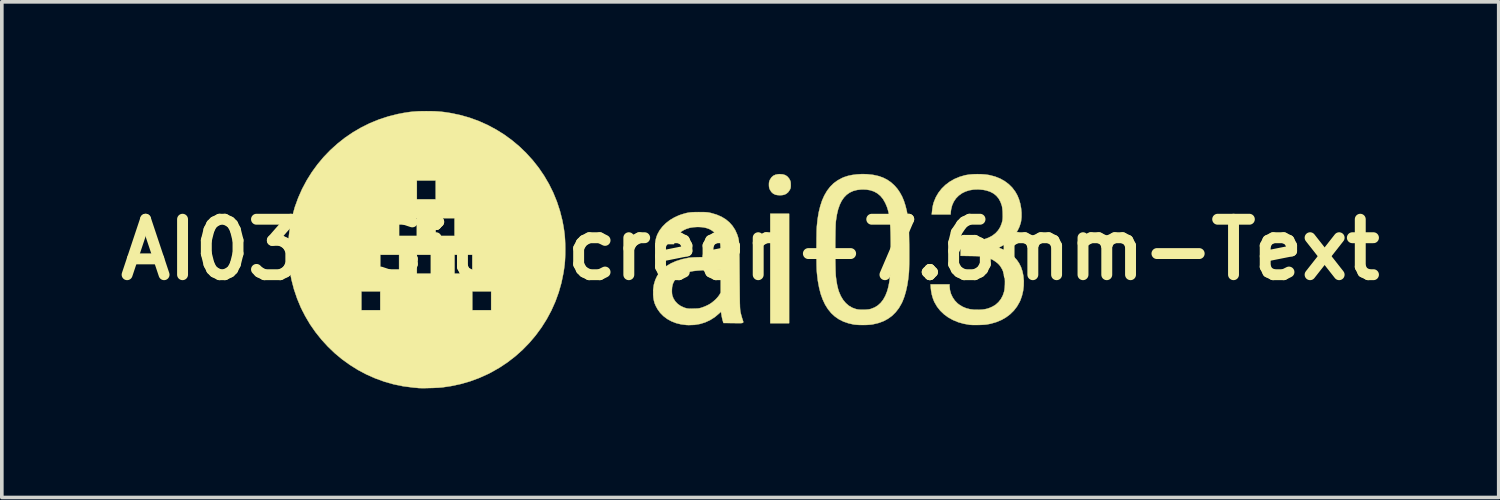
<source format=kicad_pcb>
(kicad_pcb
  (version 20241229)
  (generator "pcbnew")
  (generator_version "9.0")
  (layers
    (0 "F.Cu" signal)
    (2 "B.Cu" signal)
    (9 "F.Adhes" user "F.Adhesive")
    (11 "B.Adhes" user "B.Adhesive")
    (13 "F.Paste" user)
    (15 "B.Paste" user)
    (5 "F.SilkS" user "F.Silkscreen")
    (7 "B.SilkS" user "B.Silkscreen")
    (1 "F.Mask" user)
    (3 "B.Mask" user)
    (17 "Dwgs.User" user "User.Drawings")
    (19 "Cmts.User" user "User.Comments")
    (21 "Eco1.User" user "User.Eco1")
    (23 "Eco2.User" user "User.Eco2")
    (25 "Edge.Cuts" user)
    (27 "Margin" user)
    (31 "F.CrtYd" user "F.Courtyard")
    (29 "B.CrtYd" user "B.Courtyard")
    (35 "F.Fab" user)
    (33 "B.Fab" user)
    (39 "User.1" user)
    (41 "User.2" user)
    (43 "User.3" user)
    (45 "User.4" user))
  (footprint "AI03-Silkscreen-7.6mm-Text"
    (layer "F.Cu")
    (at 17.57 3.81)
    (property "Reference" "AI03-Silkscreen-7.6mm-Text" (at 0 0 0) (layer "F.SilkS") (effects (font (size 1.524 1.524) (thickness 0.3))))
    (attr through_hole)
    (fp_poly (pts (xy 1.067 2.022) (xy 0.549 2.022) (xy 0.549 -0.986) (xy 1.067 -0.986) (xy 1.067 2.022)) (stroke (width 0.01) (type solid)) (fill yes) (layer "F.SilkS"))
    (fp_poly (pts (xy 0.894 -2.068) (xy 0.962 -2.047) (xy 1.017 -2.011) (xy 1.062 -1.96) (xy 1.082 -1.926) (xy 1.098 -1.893) (xy 1.107 -1.864) (xy 1.111 -1.832) (xy 1.112 -1.789) (xy 1.113 -1.779) (xy 1.112 -1.733) (xy 1.108 -1.701) (xy 1.101 -1.674) (xy 1.087 -1.646) (xy 1.082 -1.637) (xy 1.039 -1.576) (xy 0.986 -1.533) (xy 0.93 -1.508) (xy 0.878 -1.498) (xy 0.815 -1.495) (xy 0.753 -1.498) (xy 0.698 -1.507) (xy 0.691 -1.509) (xy 0.63 -1.538) (xy 0.579 -1.585) (xy 0.542 -1.644) (xy 0.526 -1.679) (xy 0.518 -1.71) (xy 0.514 -1.747) (xy 0.513 -1.784) (xy 0.514 -1.829) (xy 0.519 -1.863) (xy 0.528 -1.893) (xy 0.544 -1.926) (xy 0.583 -1.986) (xy 0.633 -2.03) (xy 0.693 -2.058) (xy 0.767 -2.073) (xy 0.813 -2.074) (xy 0.894 -2.068)) (stroke (width 0.01) (type solid)) (fill yes) (layer "F.SilkS"))
    (fp_poly (pts (xy -8.784 -3.804) (xy -8.682 -3.802) (xy -8.59 -3.797) (xy -8.503 -3.79) (xy -8.415 -3.78) (xy -8.321 -3.766) (xy -8.244 -3.754) (xy -7.978 -3.699) (xy -7.718 -3.626) (xy -7.466 -3.534) (xy -7.223 -3.426) (xy -6.989 -3.301) (xy -6.764 -3.161) (xy -6.551 -3.006) (xy -6.348 -2.836) (xy -6.158 -2.653) (xy -5.981 -2.458) (xy -5.817 -2.251) (xy -5.668 -2.033) (xy -5.534 -1.804) (xy -5.416 -1.566) (xy -5.315 -1.319) (xy -5.231 -1.063) (xy -5.165 -0.801) (xy -5.136 -0.646) (xy -5.119 -0.54) (xy -5.106 -0.444) (xy -5.097 -0.353) (xy -5.091 -0.26) (xy -5.087 -0.161) (xy -5.085 -0.049) (xy -5.085 0) (xy -5.086 0.118) (xy -5.089 0.222) (xy -5.094 0.316) (xy -5.102 0.408) (xy -5.114 0.501) (xy -5.129 0.602) (xy -5.136 0.646) (xy -5.191 0.912) (xy -5.265 1.173) (xy -5.357 1.427) (xy -5.467 1.673) (xy -5.594 1.91) (xy -5.737 2.137) (xy -5.896 2.354) (xy -6.07 2.56) (xy -6.258 2.753) (xy -6.459 2.932) (xy -6.674 3.098) (xy -6.9 3.248) (xy -7.139 3.383) (xy -7.215 3.421) (xy -7.458 3.53) (xy -7.706 3.621) (xy -7.961 3.694) (xy -8.224 3.75) (xy -8.458 3.785) (xy -8.503 3.789) (xy -8.563 3.794) (xy -8.633 3.797) (xy -8.71 3.801) (xy -8.791 3.803) (xy -8.871 3.805) (xy -8.947 3.807) (xy -9.015 3.807) (xy -9.071 3.806) (xy -9.111 3.805) (xy -9.119 3.804) (xy -9.145 3.801) (xy -9.186 3.797) (xy -9.235 3.793) (xy -9.276 3.789) (xy -9.544 3.754) (xy -9.805 3.7) (xy -10.061 3.627) (xy -10.309 3.537) (xy -10.55 3.43) (xy -10.782 3.307) (xy -11.004 3.168) (xy -11.217 3.015) (xy -11.418 2.848) (xy -11.607 2.667) (xy -11.784 2.474) (xy -11.948 2.269) (xy -12.098 2.054) (xy -12.232 1.827) (xy -12.352 1.591) (xy -12.454 1.346) (xy -12.521 1.148) (xy -10.688 1.148) (xy -10.688 1.666) (xy -10.17 1.666) (xy -10.17 1.148) (xy -7.64 1.148) (xy -7.64 1.666) (xy -7.122 1.666) (xy -7.122 1.148) (xy -7.64 1.148) (xy -10.17 1.148) (xy -10.688 1.148) (xy -12.521 1.148) (xy -12.54 1.093) (xy -12.608 0.832) (xy -12.644 0.647) (xy -12.66 0.55) (xy -12.672 0.464) (xy -12.681 0.384) (xy -12.687 0.305) (xy -12.692 0.222) (xy -12.694 0.142) (xy -10.17 0.142) (xy -10.17 0.66) (xy -9.652 0.66) (xy -9.652 0.142) (xy -9.164 0.142) (xy -9.164 0.66) (xy -8.646 0.66) (xy -8.646 0.142) (xy -8.128 0.142) (xy -8.128 0.66) (xy -7.64 0.66) (xy -7.64 0.142) (xy -8.128 0.142) (xy -8.646 0.142) (xy -9.164 0.142) (xy -9.652 0.142) (xy -10.17 0.142) (xy -12.694 0.142) (xy -12.694 0.13) (xy -12.695 0.022) (xy -12.695 0.01) (xy -12.694 -0.106) (xy -12.692 -0.208) (xy -12.687 -0.3) (xy -12.68 -0.387) (xy -12.67 -0.475) (xy -12.656 -0.569) (xy -12.644 -0.646) (xy -12.599 -0.864) (xy -9.652 -0.864) (xy -9.652 -0.376) (xy -9.164 -0.376) (xy -9.164 -0.864) (xy -8.646 -0.864) (xy -8.646 -0.376) (xy -8.128 -0.376) (xy -8.128 -0.864) (xy -8.646 -0.864) (xy -9.164 -0.864) (xy -9.652 -0.864) (xy -12.599 -0.864) (xy -12.589 -0.912) (xy -12.516 -1.172) (xy -12.424 -1.424) (xy -12.316 -1.668) (xy -12.192 -1.9) (xy -9.164 -1.9) (xy -9.164 -1.382) (xy -8.646 -1.382) (xy -8.646 -1.9) (xy -9.164 -1.9) (xy -12.192 -1.9) (xy -12.191 -1.903) (xy -12.051 -2.127) (xy -11.895 -2.341) (xy -11.726 -2.543) (xy -11.543 -2.733) (xy -11.347 -2.91) (xy -11.14 -3.074) (xy -10.921 -3.223) (xy -10.691 -3.357) (xy -10.453 -3.475) (xy -10.205 -3.576) (xy -9.948 -3.66) (xy -9.685 -3.726) (xy -9.54 -3.754) (xy -9.444 -3.769) (xy -9.358 -3.782) (xy -9.277 -3.791) (xy -9.197 -3.797) (xy -9.111 -3.802) (xy -9.016 -3.804) (xy -8.907 -3.805) (xy -8.9 -3.805) (xy -8.784 -3.804)) (stroke (width 0.01) (type solid)) (fill yes) (layer "F.SilkS"))
    (fp_poly (pts (xy 6.35 -2.072) (xy 6.46 -2.064) (xy 6.559 -2.05) (xy 6.578 -2.046) (xy 6.728 -2.007) (xy 6.866 -1.952) (xy 6.991 -1.882) (xy 7.103 -1.798) (xy 7.201 -1.701) (xy 7.284 -1.59) (xy 7.341 -1.488) (xy 7.385 -1.381) (xy 7.419 -1.264) (xy 7.442 -1.14) (xy 7.454 -1.016) (xy 7.454 -0.895) (xy 7.442 -0.783) (xy 7.431 -0.732) (xy 7.396 -0.627) (xy 7.344 -0.52) (xy 7.279 -0.417) (xy 7.203 -0.322) (xy 7.154 -0.272) (xy 7.088 -0.213) (xy 7.023 -0.164) (xy 6.951 -0.119) (xy 6.896 -0.089) (xy 6.827 -0.052) (xy 6.883 -0.031) (xy 7.012 0.027) (xy 7.13 0.099) (xy 7.235 0.185) (xy 7.324 0.283) (xy 7.385 0.371) (xy 7.439 0.478) (xy 7.479 0.597) (xy 7.505 0.725) (xy 7.517 0.859) (xy 7.514 0.996) (xy 7.498 1.132) (xy 7.467 1.265) (xy 7.423 1.392) (xy 7.401 1.439) (xy 7.33 1.563) (xy 7.243 1.676) (xy 7.141 1.776) (xy 7.025 1.863) (xy 6.896 1.936) (xy 6.755 1.994) (xy 6.603 2.037) (xy 6.497 2.057) (xy 6.453 2.062) (xy 6.393 2.066) (xy 6.325 2.069) (xy 6.252 2.071) (xy 6.18 2.071) (xy 6.114 2.071) (xy 6.06 2.068) (xy 6.03 2.066) (xy 5.867 2.037) (xy 5.713 1.994) (xy 5.571 1.935) (xy 5.441 1.863) (xy 5.325 1.778) (xy 5.222 1.68) (xy 5.135 1.57) (xy 5.064 1.449) (xy 5.052 1.425) (xy 5.017 1.334) (xy 4.988 1.231) (xy 4.969 1.126) (xy 4.961 1.054) (xy 4.955 0.955) (xy 5.476 0.955) (xy 5.476 1.008) (xy 5.487 1.112) (xy 5.515 1.215) (xy 5.561 1.312) (xy 5.621 1.4) (xy 5.695 1.477) (xy 5.742 1.513) (xy 5.835 1.57) (xy 5.933 1.611) (xy 6.039 1.638) (xy 6.156 1.652) (xy 6.286 1.653) (xy 6.289 1.653) (xy 6.375 1.648) (xy 6.448 1.638) (xy 6.512 1.624) (xy 6.576 1.602) (xy 6.643 1.573) (xy 6.65 1.57) (xy 6.742 1.515) (xy 6.821 1.444) (xy 6.888 1.359) (xy 6.94 1.261) (xy 6.975 1.158) (xy 6.986 1.103) (xy 6.994 1.033) (xy 6.998 0.955) (xy 6.999 0.876) (xy 6.996 0.801) (xy 6.989 0.737) (xy 6.986 0.721) (xy 6.962 0.633) (xy 6.925 0.545) (xy 6.877 0.464) (xy 6.841 0.417) (xy 6.79 0.368) (xy 6.726 0.32) (xy 6.655 0.276) (xy 6.584 0.242) (xy 6.581 0.241) (xy 6.538 0.225) (xy 6.497 0.211) (xy 6.456 0.201) (xy 6.411 0.193) (xy 6.359 0.186) (xy 6.298 0.182) (xy 6.224 0.179) (xy 6.135 0.177) (xy 6.073 0.176) (xy 5.781 0.171) (xy 5.781 -0.252) (xy 6.063 -0.257) (xy 6.149 -0.258) (xy 6.217 -0.26) (xy 6.271 -0.262) (xy 6.313 -0.264) (xy 6.347 -0.267) (xy 6.375 -0.272) (xy 6.401 -0.277) (xy 6.426 -0.284) (xy 6.545 -0.326) (xy 6.65 -0.381) (xy 6.739 -0.449) (xy 6.813 -0.53) (xy 6.871 -0.623) (xy 6.912 -0.728) (xy 6.93 -0.8) (xy 6.935 -0.845) (xy 6.938 -0.905) (xy 6.937 -0.973) (xy 6.935 -1.043) (xy 6.929 -1.11) (xy 6.922 -1.167) (xy 6.915 -1.204) (xy 6.877 -1.311) (xy 6.826 -1.404) (xy 6.761 -1.481) (xy 6.682 -1.544) (xy 6.589 -1.593) (xy 6.481 -1.627) (xy 6.406 -1.642) (xy 6.27 -1.655) (xy 6.141 -1.651) (xy 6.022 -1.631) (xy 5.912 -1.596) (xy 5.813 -1.547) (xy 5.726 -1.483) (xy 5.652 -1.407) (xy 5.592 -1.318) (xy 5.547 -1.217) (xy 5.519 -1.106) (xy 5.51 -1.039) (xy 5.504 -0.965) (xy 4.987 -0.965) (xy 4.994 -1.034) (xy 5.004 -1.121) (xy 5.015 -1.194) (xy 5.03 -1.258) (xy 5.046 -1.31) (xy 5.101 -1.443) (xy 5.173 -1.565) (xy 5.261 -1.677) (xy 5.363 -1.777) (xy 5.48 -1.865) (xy 5.608 -1.939) (xy 5.748 -1.998) (xy 5.898 -2.042) (xy 5.922 -2.047) (xy 6.015 -2.062) (xy 6.121 -2.071) (xy 6.235 -2.074) (xy 6.35 -2.072)) (stroke (width 0.01) (type solid)) (fill yes) (layer "F.SilkS"))
    (fp_poly (pts (xy 3.193 -2.073) (xy 3.218 -2.071) (xy 3.375 -2.054) (xy 3.517 -2.023) (xy 3.646 -1.979) (xy 3.763 -1.92) (xy 3.869 -1.847) (xy 3.965 -1.759) (xy 3.97 -1.754) (xy 4.046 -1.666) (xy 4.112 -1.568) (xy 4.171 -1.461) (xy 4.221 -1.342) (xy 4.264 -1.209) (xy 4.301 -1.06) (xy 4.332 -0.894) (xy 4.345 -0.813) (xy 4.349 -0.775) (xy 4.352 -0.72) (xy 4.355 -0.649) (xy 4.358 -0.564) (xy 4.361 -0.469) (xy 4.363 -0.366) (xy 4.365 -0.256) (xy 4.367 -0.143) (xy 4.368 -0.028) (xy 4.368 0.085) (xy 4.368 0.196) (xy 4.368 0.3) (xy 4.367 0.396) (xy 4.365 0.482) (xy 4.363 0.555) (xy 4.36 0.612) (xy 4.359 0.63) (xy 4.34 0.811) (xy 4.313 0.983) (xy 4.278 1.143) (xy 4.235 1.29) (xy 4.185 1.421) (xy 4.158 1.478) (xy 4.083 1.608) (xy 3.995 1.721) (xy 3.895 1.82) (xy 3.781 1.902) (xy 3.655 1.969) (xy 3.516 2.019) (xy 3.365 2.054) (xy 3.343 2.058) (xy 3.284 2.064) (xy 3.212 2.069) (xy 3.132 2.071) (xy 3.05 2.071) (xy 2.972 2.069) (xy 2.902 2.064) (xy 2.846 2.058) (xy 2.845 2.058) (xy 2.696 2.024) (xy 2.56 1.977) (xy 2.436 1.915) (xy 2.324 1.837) (xy 2.224 1.745) (xy 2.135 1.636) (xy 2.057 1.512) (xy 1.991 1.372) (xy 1.935 1.216) (xy 1.891 1.042) (xy 1.856 0.852) (xy 1.832 0.644) (xy 1.829 0.606) (xy 1.826 0.561) (xy 1.824 0.498) (xy 1.822 0.421) (xy 1.821 0.332) (xy 1.82 0.233) (xy 1.819 0.128) (xy 1.819 0.02) (xy 1.819 -0.063) (xy 2.336 -0.063) (xy 2.336 0.056) (xy 2.336 0.174) (xy 2.337 0.288) (xy 2.339 0.395) (xy 2.341 0.494) (xy 2.343 0.581) (xy 2.346 0.655) (xy 2.349 0.713) (xy 2.352 0.742) (xy 2.368 0.864) (xy 2.388 0.979) (xy 2.413 1.082) (xy 2.435 1.153) (xy 2.487 1.275) (xy 2.55 1.38) (xy 2.624 1.469) (xy 2.708 1.542) (xy 2.802 1.597) (xy 2.905 1.634) (xy 2.931 1.64) (xy 2.983 1.648) (xy 3.048 1.652) (xy 3.118 1.652) (xy 3.188 1.649) (xy 3.252 1.643) (xy 3.303 1.633) (xy 3.312 1.63) (xy 3.415 1.59) (xy 3.506 1.534) (xy 3.586 1.461) (xy 3.654 1.373) (xy 3.713 1.267) (xy 3.761 1.145) (xy 3.784 1.065) (xy 3.8 0.998) (xy 3.814 0.927) (xy 3.826 0.852) (xy 3.836 0.769) (xy 3.844 0.678) (xy 3.85 0.576) (xy 3.855 0.461) (xy 3.858 0.332) (xy 3.86 0.186) (xy 3.86 0.023) (xy 3.86 -0.005) (xy 3.86 -0.181) (xy 3.858 -0.338) (xy 3.855 -0.477) (xy 3.85 -0.602) (xy 3.843 -0.713) (xy 3.834 -0.812) (xy 3.823 -0.9) (xy 3.809 -0.98) (xy 3.793 -1.052) (xy 3.774 -1.119) (xy 3.753 -1.182) (xy 3.727 -1.243) (xy 3.708 -1.285) (xy 3.649 -1.388) (xy 3.578 -1.475) (xy 3.496 -1.544) (xy 3.402 -1.597) (xy 3.297 -1.632) (xy 3.181 -1.651) (xy 3.054 -1.653) (xy 2.935 -1.64) (xy 2.829 -1.612) (xy 2.733 -1.568) (xy 2.648 -1.508) (xy 2.575 -1.433) (xy 2.511 -1.341) (xy 2.458 -1.232) (xy 2.414 -1.107) (xy 2.38 -0.963) (xy 2.355 -0.802) (xy 2.352 -0.779) (xy 2.348 -0.735) (xy 2.345 -0.673) (xy 2.343 -0.596) (xy 2.34 -0.506) (xy 2.339 -0.405) (xy 2.337 -0.296) (xy 2.336 -0.181) (xy 2.336 -0.063) (xy 1.819 -0.063) (xy 1.819 -0.09) (xy 1.82 -0.198) (xy 1.82 -0.301) (xy 1.822 -0.397) (xy 1.823 -0.482) (xy 1.825 -0.555) (xy 1.828 -0.612) (xy 1.829 -0.635) (xy 1.85 -0.837) (xy 1.881 -1.024) (xy 1.923 -1.195) (xy 1.974 -1.351) (xy 2.034 -1.486) (xy 2.109 -1.615) (xy 2.194 -1.726) (xy 2.289 -1.821) (xy 2.397 -1.9) (xy 2.518 -1.966) (xy 2.581 -1.993) (xy 2.684 -2.026) (xy 2.801 -2.051) (xy 2.928 -2.067) (xy 3.06 -2.075) (xy 3.193 -2.073)) (stroke (width 0.01) (type solid)) (fill yes) (layer "F.SilkS"))
    (fp_poly (pts (xy -1.407 -1.031) (xy -1.332 -1.03) (xy -1.272 -1.03) (xy -1.225 -1.028) (xy -1.187 -1.025) (xy -1.152 -1.021) (xy -1.118 -1.014) (xy -1.08 -1.006) (xy -1.069 -1.003) (xy -0.924 -0.96) (xy -0.792 -0.903) (xy -0.676 -0.833) (xy -0.574 -0.748) (xy -0.488 -0.651) (xy -0.416 -0.54) (xy -0.361 -0.417) (xy -0.347 -0.375) (xy -0.339 -0.352) (xy -0.333 -0.329) (xy -0.327 -0.307) (xy -0.322 -0.283) (xy -0.317 -0.257) (xy -0.314 -0.226) (xy -0.311 -0.189) (xy -0.308 -0.146) (xy -0.306 -0.094) (xy -0.304 -0.032) (xy -0.302 0.041) (xy -0.301 0.126) (xy -0.299 0.226) (xy -0.298 0.34) (xy -0.297 0.472) (xy -0.296 0.621) (xy -0.295 0.721) (xy -0.294 0.879) (xy -0.292 1.017) (xy -0.291 1.138) (xy -0.29 1.242) (xy -0.289 1.332) (xy -0.288 1.408) (xy -0.287 1.473) (xy -0.285 1.526) (xy -0.284 1.571) (xy -0.282 1.607) (xy -0.28 1.637) (xy -0.278 1.662) (xy -0.275 1.683) (xy -0.272 1.701) (xy -0.269 1.719) (xy -0.267 1.728) (xy -0.254 1.782) (xy -0.238 1.84) (xy -0.223 1.891) (xy -0.219 1.903) (xy -0.207 1.938) (xy -0.198 1.966) (xy -0.193 1.987) (xy -0.196 2.002) (xy -0.207 2.012) (xy -0.229 2.018) (xy -0.264 2.021) (xy -0.313 2.021) (xy -0.379 2.021) (xy -0.463 2.019) (xy -0.465 2.019) (xy -0.737 2.017) (xy -0.754 1.963) (xy -0.764 1.929) (xy -0.775 1.883) (xy -0.785 1.832) (xy -0.789 1.808) (xy -0.806 1.707) (xy -0.858 1.756) (xy -0.977 1.856) (xy -1.105 1.937) (xy -1.24 1.999) (xy -1.383 2.043) (xy -1.534 2.068) (xy -1.693 2.074) (xy -1.758 2.071) (xy -1.903 2.053) (xy -2.041 2.019) (xy -2.168 1.969) (xy -2.284 1.905) (xy -2.387 1.827) (xy -2.477 1.736) (xy -2.552 1.632) (xy -2.601 1.54) (xy -2.63 1.47) (xy -2.649 1.4) (xy -2.662 1.324) (xy -2.669 1.238) (xy -2.668 1.118) (xy -2.155 1.118) (xy -2.154 1.167) (xy -2.151 1.213) (xy -2.146 1.25) (xy -2.143 1.261) (xy -2.111 1.346) (xy -2.06 1.424) (xy -1.995 1.492) (xy -1.916 1.548) (xy -1.827 1.59) (xy -1.803 1.598) (xy -1.771 1.608) (xy -1.744 1.615) (xy -1.717 1.619) (xy -1.685 1.622) (xy -1.644 1.623) (xy -1.59 1.622) (xy -1.554 1.622) (xy -1.495 1.62) (xy -1.45 1.618) (xy -1.415 1.614) (xy -1.383 1.608) (xy -1.348 1.598) (xy -1.306 1.584) (xy -1.303 1.583) (xy -1.248 1.562) (xy -1.189 1.535) (xy -1.135 1.508) (xy -1.116 1.497) (xy -1.056 1.457) (xy -0.995 1.407) (xy -0.937 1.353) (xy -0.888 1.298) (xy -0.85 1.247) (xy -0.845 1.238) (xy -0.813 1.181) (xy -0.813 0.559) (xy -1.003 0.559) (xy -1.173 0.561) (xy -1.323 0.567) (xy -1.456 0.577) (xy -1.571 0.59) (xy -1.671 0.609) (xy -1.755 0.631) (xy -1.758 0.632) (xy -1.867 0.674) (xy -1.958 0.726) (xy -2.032 0.786) (xy -2.088 0.857) (xy -2.127 0.938) (xy -2.149 1.029) (xy -2.155 1.118) (xy -2.668 1.118) (xy -2.668 1.095) (xy -2.649 0.961) (xy -2.612 0.837) (xy -2.559 0.723) (xy -2.487 0.62) (xy -2.399 0.528) (xy -2.294 0.446) (xy -2.173 0.374) (xy -2.034 0.314) (xy -1.879 0.265) (xy -1.708 0.228) (xy -1.707 0.228) (xy -1.676 0.223) (xy -1.64 0.219) (xy -1.596 0.216) (xy -1.542 0.213) (xy -1.477 0.211) (xy -1.397 0.209) (xy -1.302 0.207) (xy -1.21 0.206) (xy -0.81 0.201) (xy -0.815 0.012) (xy -0.818 -0.069) (xy -0.822 -0.134) (xy -0.828 -0.186) (xy -0.838 -0.231) (xy -0.85 -0.271) (xy -0.868 -0.311) (xy -0.886 -0.348) (xy -0.929 -0.411) (xy -0.985 -0.471) (xy -1.051 -0.523) (xy -1.119 -0.562) (xy -1.129 -0.567) (xy -1.197 -0.591) (xy -1.265 -0.608) (xy -1.339 -0.618) (xy -1.424 -0.622) (xy -1.458 -0.622) (xy -1.565 -0.616) (xy -1.661 -0.6) (xy -1.751 -0.572) (xy -1.817 -0.543) (xy -1.892 -0.498) (xy -1.959 -0.442) (xy -2.015 -0.379) (xy -2.057 -0.311) (xy -2.084 -0.242) (xy -2.091 -0.203) (xy -2.096 -0.152) (xy -2.611 -0.152) (xy -2.611 -0.185) (xy -2.606 -0.235) (xy -2.594 -0.294) (xy -2.576 -0.356) (xy -2.554 -0.414) (xy -2.552 -0.419) (xy -2.492 -0.529) (xy -2.413 -0.632) (xy -2.319 -0.726) (xy -2.211 -0.81) (xy -2.09 -0.882) (xy -1.96 -0.942) (xy -1.884 -0.968) (xy -1.817 -0.988) (xy -1.759 -1.004) (xy -1.704 -1.015) (xy -1.648 -1.023) (xy -1.587 -1.028) (xy -1.515 -1.03) (xy -1.429 -1.031) (xy -1.407 -1.031)) (stroke (width 0.01) (type solid)) (fill yes) (layer "F.SilkS")))
  (gr_rect
    (start -3 -3)
    (end 38.139 10.622)
    (stroke (width 0.1) (type default))
    (fill no)
    (layer "Edge.Cuts")))
</source>
